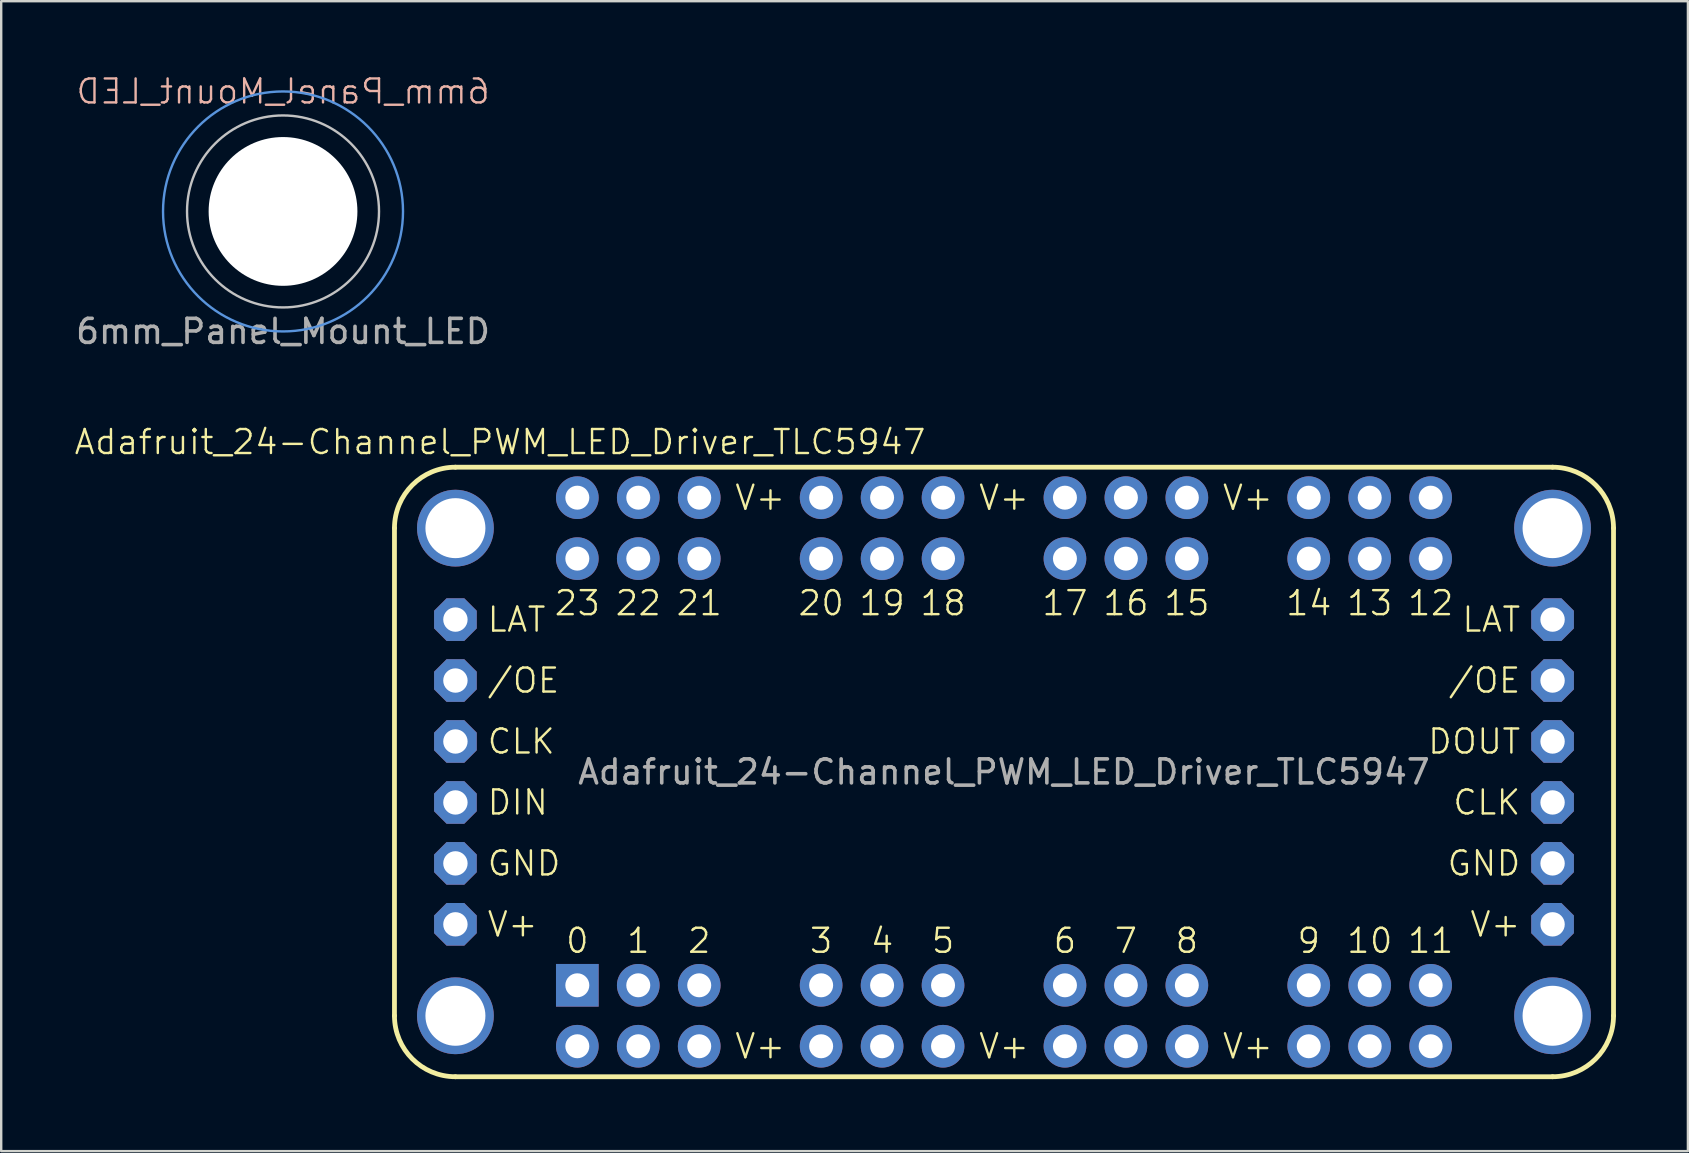
<source format=kicad_pcb>
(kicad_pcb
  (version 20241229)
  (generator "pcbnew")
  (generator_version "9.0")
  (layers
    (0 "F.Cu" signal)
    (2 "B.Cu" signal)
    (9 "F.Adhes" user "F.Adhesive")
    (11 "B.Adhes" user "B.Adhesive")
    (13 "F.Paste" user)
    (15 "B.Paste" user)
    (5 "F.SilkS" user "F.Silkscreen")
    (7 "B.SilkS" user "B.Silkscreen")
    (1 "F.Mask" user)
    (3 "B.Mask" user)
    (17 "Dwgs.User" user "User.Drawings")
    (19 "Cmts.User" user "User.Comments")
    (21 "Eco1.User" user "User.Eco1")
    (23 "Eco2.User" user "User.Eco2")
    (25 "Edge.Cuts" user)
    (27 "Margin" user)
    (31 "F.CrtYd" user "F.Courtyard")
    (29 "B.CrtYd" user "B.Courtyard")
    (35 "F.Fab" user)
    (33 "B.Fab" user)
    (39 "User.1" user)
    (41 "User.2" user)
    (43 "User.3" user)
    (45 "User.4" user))
  (footprint "Adafruit_24-Channel_PWM_LED_Driver_TLC5947"
    (layer "F.Cu")
    (at 38.788 29.119)
    (property "Reference" "Adafruit_24-Channel_PWM_LED_Driver_TLC5947" (at -21 -13.75 0) (unlocked yes) (layer "F.SilkS") (effects (font (size 1 1) (thickness 0.1))))
    (attr exclude_from_pos_files exclude_from_bom)
    (fp_line (start -25.4 -10.16) (end -25.4 10.16) (stroke (width 0.2) (type solid)) (layer "F.SilkS"))
    (fp_line (start -22.86 12.7) (end 22.86 12.7) (stroke (width 0.2) (type solid)) (layer "F.SilkS"))
    (fp_line (start 22.86 -12.7) (end -22.86 -12.7) (stroke (width 0.2) (type solid)) (layer "F.SilkS"))
    (fp_line (start 25.4 10.16) (end 25.4 -10.16) (stroke (width 0.2) (type solid)) (layer "F.SilkS"))
    (fp_arc (start -25.4 -10.16) (mid -24.656051 -11.956051) (end -22.86 -12.7) (stroke (width 0.2) (type solid)) (layer "F.SilkS"))
    (fp_arc (start -22.86 12.7) (mid -24.656051 11.956051) (end -25.4 10.16) (stroke (width 0.2) (type solid)) (layer "F.SilkS"))
    (fp_arc (start 22.86 -12.7) (mid 24.656051 -11.956051) (end 25.4 -10.16) (stroke (width 0.2) (type solid)) (layer "F.SilkS"))
    (fp_arc (start 25.4 10.16) (mid 24.656051 11.956051) (end 22.86 12.7) (stroke (width 0.2) (type solid)) (layer "F.SilkS"))
    (fp_text user "DOUT" (at 21.59 -1.27 0) (unlocked yes) (layer "F.SilkS") (effects (font (size 1 1) (thickness 0.1)) (justify right)))
    (fp_text user "LAT" (at 21.59 -6.35 0) (unlocked yes) (layer "F.SilkS") (effects (font (size 1 1) (thickness 0.1)) (justify right)))
    (fp_text user "23" (at -17.78 -7.62 0) (unlocked yes) (layer "F.SilkS") (effects (font (size 1 1) (thickness 0.1)) (justify top)))
    (fp_text user "5" (at -2.54 7.62 0) (unlocked yes) (layer "F.SilkS") (effects (font (size 1 1) (thickness 0.1)) (justify bottom)))
    (fp_text user "16" (at 5.08 -7.62 0) (unlocked yes) (layer "F.SilkS") (effects (font (size 1 1) (thickness 0.1)) (justify top)))
    (fp_text user "3" (at -7.62 7.62 0) (unlocked yes) (layer "F.SilkS") (effects (font (size 1 1) (thickness 0.1)) (justify bottom)))
    (fp_text user "GND" (at -21.59 3.81 0) (unlocked yes) (layer "F.SilkS") (effects (font (size 1 1) (thickness 0.1)) (justify left)))
    (fp_text user "V+" (at 0 -11.43 0) (unlocked yes) (layer "F.SilkS") (effects (font (size 1 1) (thickness 0.1))))
    (fp_text user "V+" (at -21.59 6.35 0) (unlocked yes) (layer "F.SilkS") (effects (font (size 1 1) (thickness 0.1)) (justify left)))
    (fp_text user "CLK" (at -21.59 -1.27 0) (unlocked yes) (layer "F.SilkS") (effects (font (size 1 1) (thickness 0.1)) (justify left)))
    (fp_text user "GND" (at 21.59 3.81 0) (unlocked yes) (layer "F.SilkS") (effects (font (size 1 1) (thickness 0.1)) (justify right)))
    (fp_text user "10" (at 15.24 7.62 0) (unlocked yes) (layer "F.SilkS") (effects (font (size 1 1) (thickness 0.1)) (justify bottom)))
    (fp_text user "18" (at -2.54 -7.62 0) (unlocked yes) (layer "F.SilkS") (effects (font (size 1 1) (thickness 0.1)) (justify top)))
    (fp_text user "V+" (at -10.16 -11.43 0) (unlocked yes) (layer "F.SilkS") (effects (font (size 1 1) (thickness 0.1))))
    (fp_text user "0" (at -17.78 7.62 0) (unlocked yes) (layer "F.SilkS") (effects (font (size 1 1) (thickness 0.1)) (justify bottom)))
    (fp_text user "20" (at -7.62 -7.62 0) (unlocked yes) (layer "F.SilkS") (effects (font (size 1 1) (thickness 0.1)) (justify top)))
    (fp_text user "22" (at -15.24 -7.62 0) (unlocked yes) (layer "F.SilkS") (effects (font (size 1 1) (thickness 0.1)) (justify top)))
    (fp_text user "V+" (at 21.59 6.35 0) (unlocked yes) (layer "F.SilkS") (effects (font (size 1 1) (thickness 0.1)) (justify right)))
    (fp_text user "V+" (at 10.16 11.43 0) (unlocked yes) (layer "F.SilkS") (effects (font (size 1 1) (thickness 0.1))))
    (fp_text user "17" (at 2.54 -7.62 0) (unlocked yes) (layer "F.SilkS") (effects (font (size 1 1) (thickness 0.1)) (justify top)))
    (fp_text user "V+" (at 0 11.43 0) (unlocked yes) (layer "F.SilkS") (effects (font (size 1 1) (thickness 0.1))))
    (fp_text user "11" (at 17.78 7.62 0) (unlocked yes) (layer "F.SilkS") (effects (font (size 1 1) (thickness 0.1)) (justify bottom)))
    (fp_text user "13" (at 15.24 -7.62 0) (unlocked yes) (layer "F.SilkS") (effects (font (size 1 1) (thickness 0.1)) (justify top)))
    (fp_text user "LAT" (at -21.59 -6.35 0) (unlocked yes) (layer "F.SilkS") (effects (font (size 1 1) (thickness 0.1)) (justify left)))
    (fp_text user "/OE" (at -21.59 -3.81 0) (unlocked yes) (layer "F.SilkS") (effects (font (size 1 1) (thickness 0.1)) (justify left)))
    (fp_text user "14" (at 12.7 -7.62 0) (unlocked yes) (layer "F.SilkS") (effects (font (size 1 1) (thickness 0.1)) (justify top)))
    (fp_text user "7" (at 5.08 7.62 0) (unlocked yes) (layer "F.SilkS") (effects (font (size 1 1) (thickness 0.1)) (justify bottom)))
    (fp_text user "9" (at 12.7 7.62 0) (unlocked yes) (layer "F.SilkS") (effects (font (size 1 1) (thickness 0.1)) (justify bottom)))
    (fp_text user "DIN" (at -21.59 1.27 0) (unlocked yes) (layer "F.SilkS") (effects (font (size 1 1) (thickness 0.1)) (justify left)))
    (fp_text user "6" (at 2.54 7.62 0) (unlocked yes) (layer "F.SilkS") (effects (font (size 1 1) (thickness 0.1)) (justify bottom)))
    (fp_text user "2" (at -12.7 7.62 0) (unlocked yes) (layer "F.SilkS") (effects (font (size 1 1) (thickness 0.1)) (justify bottom)))
    (fp_text user "V+" (at 10.16 -11.43 0) (unlocked yes) (layer "F.SilkS") (effects (font (size 1 1) (thickness 0.1))))
    (fp_text user "21" (at -12.7 -7.62 0) (unlocked yes) (layer "F.SilkS") (effects (font (size 1 1) (thickness 0.1)) (justify top)))
    (fp_text user "4" (at -5.08 7.62 0) (unlocked yes) (layer "F.SilkS") (effects (font (size 1 1) (thickness 0.1)) (justify bottom)))
    (fp_text user "1" (at -15.24 7.62 0) (unlocked yes) (layer "F.SilkS") (effects (font (size 1 1) (thickness 0.1)) (justify bottom)))
    (fp_text user "CLK" (at 21.59 1.27 0) (unlocked yes) (layer "F.SilkS") (effects (font (size 1 1) (thickness 0.1)) (justify right)))
    (fp_text user "8" (at 7.62 7.62 0) (unlocked yes) (layer "F.SilkS") (effects (font (size 1 1) (thickness 0.1)) (justify bottom)))
    (fp_text user "15" (at 7.62 -7.62 0) (unlocked yes) (layer "F.SilkS") (effects (font (size 1 1) (thickness 0.1)) (justify top)))
    (fp_text user "V+" (at -10.16 11.43 0) (unlocked yes) (layer "F.SilkS") (effects (font (size 1 1) (thickness 0.1))))
    (fp_text user "12" (at 17.78 -7.62 0) (unlocked yes) (layer "F.SilkS") (effects (font (size 1 1) (thickness 0.1)) (justify top)))
    (fp_text user "19" (at -5.08 -7.62 0) (unlocked yes) (layer "F.SilkS") (effects (font (size 1 1) (thickness 0.1)) (justify top)))
    (fp_text user "/OE" (at 21.59 -3.81 0) (unlocked yes) (layer "F.SilkS") (effects (font (size 1 1) (thickness 0.1)) (justify right)))
    (fp_text user "${REFERENCE}" (at 0 0 0) (unlocked yes) (layer "F.Fab") (effects (font (size 1 1) (thickness 0.15))))
    (pad "1" thru_hole rect (at -17.78 8.89 270) (size 1.778 1.778) (drill 1) (layers "*.Cu" "*.Mask"))
    (pad "2" thru_hole circle (at -17.78 11.43 270) (size 1.778 1.778) (drill 1) (layers "*.Cu" "*.Mask"))
    (pad "3" thru_hole circle (at -15.24 8.89 270) (size 1.778 1.778) (drill 1) (layers "*.Cu" "*.Mask"))
    (pad "4" thru_hole circle (at -15.24 11.43 270) (size 1.778 1.778) (drill 1) (layers "*.Cu" "*.Mask"))
    (pad "5" thru_hole circle (at -12.7 8.89 270) (size 1.778 1.778) (drill 1) (layers "*.Cu" "*.Mask"))
    (pad "6" thru_hole circle (at -12.7 11.43 270) (size 1.778 1.778) (drill 1) (layers "*.Cu" "*.Mask"))
    (pad "7" thru_hole circle (at -7.62 8.89 270) (size 1.778 1.778) (drill 1) (layers "*.Cu" "*.Mask"))
    (pad "8" thru_hole circle (at -7.62 11.43 270) (size 1.778 1.778) (drill 1) (layers "*.Cu" "*.Mask"))
    (pad "9" thru_hole circle (at -5.08 8.89 270) (size 1.778 1.778) (drill 1) (layers "*.Cu" "*.Mask"))
    (pad "10" thru_hole circle (at -5.08 11.43 270) (size 1.778 1.778) (drill 1) (layers "*.Cu" "*.Mask"))
    (pad "11" thru_hole circle (at -2.54 8.89 270) (size 1.778 1.778) (drill 1) (layers "*.Cu" "*.Mask"))
    (pad "12" thru_hole circle (at -2.54 11.43 270) (size 1.778 1.778) (drill 1) (layers "*.Cu" "*.Mask"))
    (pad "13" thru_hole circle (at 2.54 8.89 270) (size 1.778 1.778) (drill 1) (layers "*.Cu" "*.Mask"))
    (pad "14" thru_hole circle (at 2.54 11.43 270) (size 1.778 1.778) (drill 1) (layers "*.Cu" "*.Mask"))
    (pad "15" thru_hole circle (at 5.08 8.89 270) (size 1.778 1.778) (drill 1) (layers "*.Cu" "*.Mask"))
    (pad "16" thru_hole circle (at 5.08 11.43 270) (size 1.778 1.778) (drill 1) (layers "*.Cu" "*.Mask"))
    (pad "17" thru_hole circle (at 7.62 8.89 270) (size 1.778 1.778) (drill 1) (layers "*.Cu" "*.Mask"))
    (pad "18" thru_hole circle (at 7.62 11.43 270) (size 1.778 1.778) (drill 1) (layers "*.Cu" "*.Mask"))
    (pad "19" thru_hole circle (at 12.7 8.89 270) (size 1.778 1.778) (drill 1) (layers "*.Cu" "*.Mask"))
    (pad "20" thru_hole circle (at 12.7 11.43 270) (size 1.778 1.778) (drill 1) (layers "*.Cu" "*.Mask"))
    (pad "21" thru_hole circle (at 15.24 8.89 270) (size 1.778 1.778) (drill 1) (layers "*.Cu" "*.Mask"))
    (pad "22" thru_hole circle (at 15.24 11.43 270) (size 1.778 1.778) (drill 1) (layers "*.Cu" "*.Mask"))
    (pad "23" thru_hole circle (at 17.78 8.89 270) (size 1.778 1.778) (drill 1) (layers "*.Cu" "*.Mask"))
    (pad "24" thru_hole circle (at 17.78 11.43 270) (size 1.778 1.778) (drill 1) (layers "*.Cu" "*.Mask"))
    (pad "25" thru_hole circle (at 17.78 -8.89 270) (size 1.778 1.778) (drill 1) (layers "*.Cu" "*.Mask"))
    (pad "26" thru_hole circle (at 17.78 -11.43 270) (size 1.778 1.778) (drill 1) (layers "*.Cu" "*.Mask"))
    (pad "27" thru_hole circle (at 15.24 -8.89 270) (size 1.778 1.778) (drill 1) (layers "*.Cu" "*.Mask"))
    (pad "28" thru_hole circle (at 15.24 -11.43 270) (size 1.778 1.778) (drill 1) (layers "*.Cu" "*.Mask"))
    (pad "29" thru_hole circle (at 12.7 -8.89 270) (size 1.778 1.778) (drill 1) (layers "*.Cu" "*.Mask"))
    (pad "30" thru_hole circle (at 12.7 -11.43 270) (size 1.778 1.778) (drill 1) (layers "*.Cu" "*.Mask"))
    (pad "31" thru_hole circle (at 7.62 -8.89 270) (size 1.778 1.778) (drill 1) (layers "*.Cu" "*.Mask"))
    (pad "32" thru_hole circle (at 7.62 -11.43 270) (size 1.778 1.778) (drill 1) (layers "*.Cu" "*.Mask"))
    (pad "33" thru_hole circle (at 5.08 -8.89 270) (size 1.778 1.778) (drill 1) (layers "*.Cu" "*.Mask"))
    (pad "34" thru_hole circle (at 5.08 -11.43 270) (size 1.778 1.778) (drill 1) (layers "*.Cu" "*.Mask"))
    (pad "35" thru_hole circle (at 2.54 -8.89 270) (size 1.778 1.778) (drill 1) (layers "*.Cu" "*.Mask"))
    (pad "36" thru_hole circle (at 2.54 -11.43 270) (size 1.778 1.778) (drill 1) (layers "*.Cu" "*.Mask"))
    (pad "37" thru_hole circle (at -2.54 -8.89 270) (size 1.778 1.778) (drill 1) (layers "*.Cu" "*.Mask"))
    (pad "38" thru_hole circle (at -2.54 -11.43 270) (size 1.778 1.778) (drill 1) (layers "*.Cu" "*.Mask"))
    (pad "39" thru_hole circle (at -5.08 -8.89 270) (size 1.778 1.778) (drill 1) (layers "*.Cu" "*.Mask"))
    (pad "40" thru_hole circle (at -5.08 -11.43 270) (size 1.778 1.778) (drill 1) (layers "*.Cu" "*.Mask"))
    (pad "41" thru_hole circle (at -7.62 -8.89 270) (size 1.778 1.778) (drill 1) (layers "*.Cu" "*.Mask"))
    (pad "42" thru_hole circle (at -7.62 -11.43 270) (size 1.778 1.778) (drill 1) (layers "*.Cu" "*.Mask"))
    (pad "43" thru_hole circle (at -12.7 -8.89 270) (size 1.778 1.778) (drill 1) (layers "*.Cu" "*.Mask"))
    (pad "44" thru_hole circle (at -12.7 -11.43 270) (size 1.778 1.778) (drill 1) (layers "*.Cu" "*.Mask"))
    (pad "45" thru_hole circle (at -15.24 -8.89 270) (size 1.778 1.778) (drill 1) (layers "*.Cu" "*.Mask"))
    (pad "46" thru_hole circle (at -15.24 -11.43 270) (size 1.778 1.778) (drill 1) (layers "*.Cu" "*.Mask"))
    (pad "47" thru_hole circle (at -17.78 -8.89 270) (size 1.778 1.778) (drill 1) (layers "*.Cu" "*.Mask"))
    (pad "48" thru_hole circle (at -17.78 -11.43 270) (size 1.778 1.778) (drill 1) (layers "*.Cu" "*.Mask"))
    (pad "49" thru_hole roundrect (at -22.86 -6.35) (size 1.778 1.778) (drill 1.016) (layers "*.Cu" "*.Mask") (roundrect_rratio 0.25) (chamfer_ratio 0.293) (chamfer top_left top_right bottom_left bottom_right))
    (pad "50" thru_hole roundrect (at -22.86 -3.81) (size 1.778 1.778) (drill 1.016) (layers "*.Cu" "*.Mask") (roundrect_rratio 0.25) (chamfer_ratio 0.293) (chamfer top_left top_right bottom_left bottom_right))
    (pad "51" thru_hole roundrect (at -22.86 -1.27) (size 1.778 1.778) (drill 1.016) (layers "*.Cu" "*.Mask") (roundrect_rratio 0.25) (chamfer_ratio 0.293) (chamfer top_left top_right bottom_left bottom_right))
    (pad "52" thru_hole roundrect (at -22.86 1.27) (size 1.778 1.778) (drill 1.016) (layers "*.Cu" "*.Mask") (roundrect_rratio 0.25) (chamfer_ratio 0.293) (chamfer top_left top_right bottom_left bottom_right))
    (pad "53" thru_hole roundrect (at -22.86 3.81) (size 1.778 1.778) (drill 1.016) (layers "*.Cu" "*.Mask") (roundrect_rratio 0.25) (chamfer_ratio 0.293) (chamfer top_left top_right bottom_left bottom_right))
    (pad "54" thru_hole roundrect (at -22.86 6.35) (size 1.778 1.778) (drill 1.016) (layers "*.Cu" "*.Mask") (roundrect_rratio 0.25) (chamfer_ratio 0.293) (chamfer top_left top_right bottom_left bottom_right))
    (pad "55" thru_hole roundrect (at 22.86 -6.35) (size 1.778 1.778) (drill 1.016) (layers "*.Cu" "*.Mask") (roundrect_rratio 0.25) (chamfer_ratio 0.293) (chamfer top_left top_right bottom_left bottom_right))
    (pad "56" thru_hole roundrect (at 22.86 -3.81) (size 1.778 1.778) (drill 1.016) (layers "*.Cu" "*.Mask") (roundrect_rratio 0.25) (chamfer_ratio 0.293) (chamfer top_left top_right bottom_left bottom_right))
    (pad "57" thru_hole roundrect (at 22.86 -1.27) (size 1.778 1.778) (drill 1.016) (layers "*.Cu" "*.Mask") (roundrect_rratio 0.25) (chamfer_ratio 0.293) (chamfer top_left top_right bottom_left bottom_right))
    (pad "58" thru_hole roundrect (at 22.86 1.27) (size 1.778 1.778) (drill 1.016) (layers "*.Cu" "*.Mask") (roundrect_rratio 0.25) (chamfer_ratio 0.293) (chamfer top_left top_right bottom_left bottom_right))
    (pad "59" thru_hole roundrect (at 22.86 3.81) (size 1.778 1.778) (drill 1.016) (layers "*.Cu" "*.Mask") (roundrect_rratio 0.25) (chamfer_ratio 0.293) (chamfer top_left top_right bottom_left bottom_right))
    (pad "60" thru_hole roundrect (at 22.86 6.35) (size 1.778 1.778) (drill 1.016) (layers "*.Cu" "*.Mask") (roundrect_rratio 0.25) (chamfer_ratio 0.293) (chamfer top_left top_right bottom_left bottom_right))
    (pad "61" thru_hole circle (at -22.86 -10.16) (size 3.2 3.2) (drill 2.5) (layers "*.Cu" "*.Mask"))
    (pad "62" thru_hole circle (at 22.86 -10.16) (size 3.2 3.2) (drill 2.5) (layers "*.Cu" "*.Mask"))
    (pad "63" thru_hole circle (at -22.86 10.16) (size 3.2 3.2) (drill 2.5) (layers "*.Cu" "*.Mask"))
    (pad "64" thru_hole circle (at 22.86 10.16) (size 3.2 3.2) (drill 2.5) (layers "*.Cu" "*.Mask")))
  (footprint "6mm_Panel_Mount_LED"
    (layer "F.Cu")
    (at 8.744 5.761)
    (property "Reference" "6mm_Panel_Mount_LED" (at 0 -5 0) (unlocked yes) (layer "B.SilkS") (effects (font (size 1 1) (thickness 0.1)) (justify mirror)))
    (attr exclude_from_pos_files exclude_from_bom)
    (fp_circle (center 0 0) (end 4 0) (stroke (width 0.1) (type solid)) (fill no) (layer "Dwgs.User"))
    (fp_circle (center 0 0) (end 5 0) (stroke (width 0.1) (type solid)) (fill no) (layer "Cmts.User"))
    (fp_text user "${REFERENCE}" (at 0 5 0) (unlocked yes) (layer "F.Fab") (effects (font (size 1 1) (thickness 0.15))))
    (pad "" np_thru_hole circle (at 0 0) (size 6.2 6.2) (drill 6.2) (layers "*.Cu" "*.Mask")))
  (gr_rect
    (start -3 -3)
    (end 67.288 44.919)
    (stroke (width 0.1) (type default))
    (fill no)
    (layer "Edge.Cuts")))
</source>
